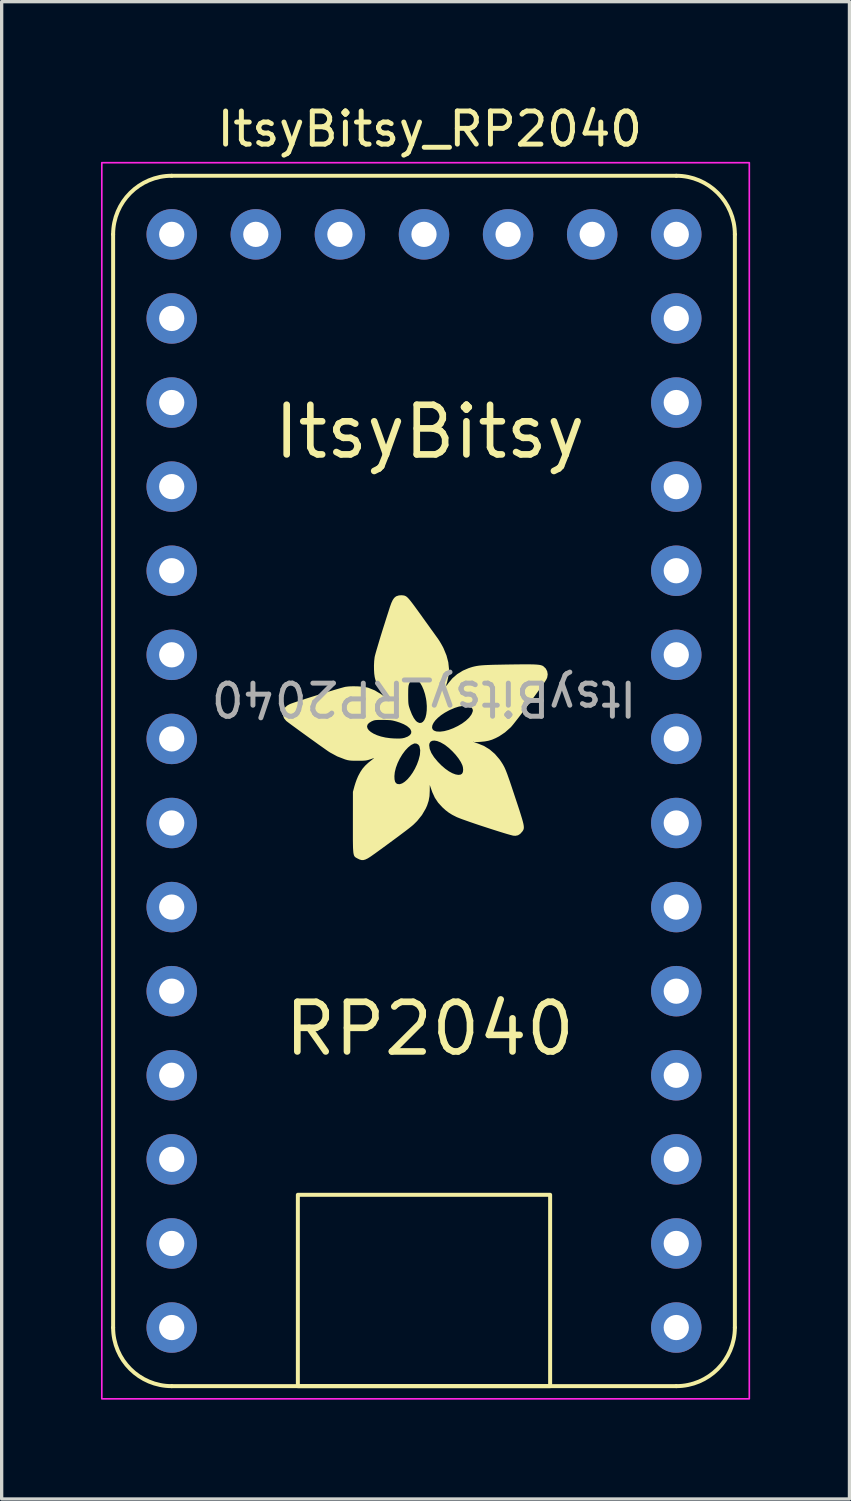
<source format=kicad_pcb>
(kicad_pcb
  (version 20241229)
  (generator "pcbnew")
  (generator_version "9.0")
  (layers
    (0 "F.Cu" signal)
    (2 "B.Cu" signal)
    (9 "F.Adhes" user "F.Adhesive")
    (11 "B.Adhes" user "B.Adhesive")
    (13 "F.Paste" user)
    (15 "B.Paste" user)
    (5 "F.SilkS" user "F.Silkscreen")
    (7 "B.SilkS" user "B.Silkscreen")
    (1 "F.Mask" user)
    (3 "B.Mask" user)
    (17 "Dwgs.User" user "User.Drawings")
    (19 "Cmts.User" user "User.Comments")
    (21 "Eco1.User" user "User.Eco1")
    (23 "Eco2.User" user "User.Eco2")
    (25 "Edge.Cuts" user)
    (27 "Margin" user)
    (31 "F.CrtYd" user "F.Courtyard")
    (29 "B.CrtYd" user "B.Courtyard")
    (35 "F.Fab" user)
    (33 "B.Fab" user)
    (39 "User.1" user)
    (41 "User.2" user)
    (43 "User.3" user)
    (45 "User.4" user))
  (footprint "ItsyBitsy_RP2040"
    (layer "F.Cu")
    (at 9.757 20.539)
    (property "Reference" "ItsyBitsy_RP2040" (at 0.174 -19.691 0) (unlocked yes) (layer "F.SilkS") (effects (font (size 1 1) (thickness 0.15))))
    (attr through_hole)
    (fp_line (start -9.39 16.51) (end -9.39 -16.51) (stroke (width 0.12) (type solid)) (layer "F.SilkS"))
    (fp_line (start 7.62 -18.28) (end -7.62 -18.28) (stroke (width 0.12) (type solid)) (layer "F.SilkS"))
    (fp_line (start 7.62 18.28) (end -7.62 18.28) (stroke (width 0.12) (type solid)) (layer "F.SilkS"))
    (fp_line (start 9.39 16.51) (end 9.39 -16.51) (stroke (width 0.12) (type solid)) (layer "F.SilkS"))
    (fp_rect (start 3.81 18.28) (end -3.81 12.5) (stroke (width 0.12) (type solid)) (fill no) (layer "F.SilkS"))
    (fp_arc (start -9.39 -16.51) (mid -8.871579 -17.761579) (end -7.62 -18.28) (stroke (width 0.12) (type solid)) (layer "F.SilkS"))
    (fp_arc (start -7.62 18.28) (mid -8.871579 17.761579) (end -9.39 16.51) (stroke (width 0.12) (type solid)) (layer "F.SilkS"))
    (fp_arc (start 7.62 -18.28) (mid 8.871579 -17.761579) (end 9.39 -16.51) (stroke (width 0.12) (type solid)) (layer "F.SilkS"))
    (fp_arc (start 9.39 16.51) (mid 8.871579 17.761579) (end 7.62 18.28) (stroke (width 0.12) (type solid)) (layer "F.SilkS"))
    (fp_poly (pts (xy -4.248 -2.128) (xy -4.205 -2.211) (xy -4.131 -2.278) (xy -4.053 -2.321) (xy -4.007 -2.339) (xy -3.934 -2.365) (xy -3.836 -2.398) (xy -3.718 -2.436) (xy -3.586 -2.479) (xy -3.442 -2.525) (xy -3.292 -2.572) (xy -3.139 -2.619) (xy -2.988 -2.665) (xy -2.844 -2.709) (xy -2.71 -2.749) (xy -2.591 -2.784) (xy -2.492 -2.812) (xy -2.416 -2.833) (xy -2.368 -2.844) (xy -2.362 -2.845) (xy -2.261 -2.856) (xy -2.143 -2.86) (xy -2.017 -2.858) (xy -1.894 -2.85) (xy -1.783 -2.837) (xy -1.695 -2.819) (xy -1.679 -2.814) (xy -1.485 -2.735) (xy -1.306 -2.627) (xy -1.287 -2.613) (xy -1.239 -2.578) (xy -1.215 -2.565) (xy -1.213 -2.571) (xy -1.221 -2.585) (xy -1.303 -2.706) (xy -1.366 -2.808) (xy -1.413 -2.901) (xy -1.449 -2.99) (xy -1.476 -3.085) (xy -1.489 -3.14) (xy -1.503 -3.239) (xy -1.51 -3.359) (xy -1.511 -3.49) (xy -1.505 -3.618) (xy -1.492 -3.732) (xy -1.489 -3.75) (xy -1.478 -3.796) (xy -1.458 -3.871) (xy -1.429 -3.972) (xy -1.392 -4.096) (xy -1.35 -4.238) (xy -1.302 -4.395) (xy -1.25 -4.563) (xy -1.194 -4.739) (xy -1.137 -4.92) (xy -1.079 -5.1) (xy -1.027 -5.263) (xy -0.985 -5.379) (xy -0.944 -5.466) (xy -0.902 -5.527) (xy -0.854 -5.568) (xy -0.829 -5.582) (xy -0.758 -5.604) (xy -0.676 -5.61) (xy -0.599 -5.601) (xy -0.56 -5.586) (xy -0.536 -5.572) (xy -0.511 -5.553) (xy -0.483 -5.526) (xy -0.449 -5.489) (xy -0.408 -5.439) (xy -0.356 -5.372) (xy -0.293 -5.288) (xy -0.216 -5.182) (xy -0.122 -5.053) (xy -0.042 -4.941) (xy 0.046 -4.818) (xy 0.133 -4.698) (xy 0.213 -4.585) (xy 0.286 -4.485) (xy 0.346 -4.401) (xy 0.392 -4.337) (xy 0.415 -4.306) (xy 0.465 -4.231) (xy 0.52 -4.139) (xy 0.572 -4.045) (xy 0.593 -4.002) (xy 0.68 -3.79) (xy 0.734 -3.585) (xy 0.755 -3.384) (xy 0.743 -3.186) (xy 0.699 -2.988) (xy 0.696 -2.978) (xy 0.679 -2.923) (xy 0.669 -2.883) (xy 0.668 -2.867) (xy 0.679 -2.878) (xy 0.705 -2.91) (xy 0.739 -2.958) (xy 0.739 -2.958) (xy 0.859 -3.102) (xy 1.005 -3.228) (xy 1.174 -3.332) (xy 1.34 -3.404) (xy 1.405 -3.426) (xy 1.466 -3.445) (xy 1.528 -3.46) (xy 1.593 -3.473) (xy 1.665 -3.484) (xy 1.748 -3.492) (xy 1.847 -3.499) (xy 1.964 -3.504) (xy 2.103 -3.509) (xy 2.269 -3.512) (xy 2.464 -3.516) (xy 2.535 -3.517) (xy 2.747 -3.52) (xy 2.928 -3.522) (xy 3.079 -3.522) (xy 3.205 -3.522) (xy 3.307 -3.52) (xy 3.389 -3.516) (xy 3.454 -3.51) (xy 3.505 -3.503) (xy 3.544 -3.493) (xy 3.575 -3.482) (xy 3.601 -3.468) (xy 3.605 -3.465) (xy 3.677 -3.397) (xy 3.721 -3.313) (xy 3.737 -3.22) (xy 3.722 -3.124) (xy 3.701 -3.076) (xy 3.675 -3.032) (xy 3.63 -2.965) (xy 3.569 -2.878) (xy 3.495 -2.774) (xy 3.411 -2.658) (xy 3.32 -2.532) (xy 3.223 -2.402) (xy 3.125 -2.27) (xy 3.028 -2.14) (xy 2.934 -2.016) (xy 2.847 -1.902) (xy 2.768 -1.801) (xy 2.702 -1.717) (xy 2.65 -1.654) (xy 2.616 -1.616) (xy 2.615 -1.616) (xy 2.446 -1.466) (xy 2.268 -1.347) (xy 2.165 -1.294) (xy 2.056 -1.247) (xy 1.951 -1.215) (xy 1.839 -1.194) (xy 1.706 -1.181) (xy 1.688 -1.18) (xy 1.505 -1.169) (xy 1.627 -1.132) (xy 1.812 -1.057) (xy 1.984 -0.951) (xy 2.141 -0.816) (xy 2.28 -0.654) (xy 2.323 -0.593) (xy 2.354 -0.545) (xy 2.382 -0.501) (xy 2.407 -0.455) (xy 2.433 -0.406) (xy 2.458 -0.35) (xy 2.485 -0.284) (xy 2.516 -0.204) (xy 2.55 -0.108) (xy 2.591 0.008) (xy 2.638 0.148) (xy 2.693 0.313) (xy 2.758 0.509) (xy 2.762 0.521) (xy 2.827 0.716) (xy 2.881 0.881) (xy 2.924 1.018) (xy 2.959 1.132) (xy 2.985 1.224) (xy 3.003 1.298) (xy 3.013 1.357) (xy 3.016 1.403) (xy 3.013 1.441) (xy 3.004 1.471) (xy 2.99 1.498) (xy 2.972 1.525) (xy 2.968 1.53) (xy 2.904 1.6) (xy 2.839 1.641) (xy 2.765 1.656) (xy 2.714 1.655) (xy 2.675 1.648) (xy 2.607 1.63) (xy 2.514 1.604) (xy 2.401 1.57) (xy 2.272 1.53) (xy 2.13 1.485) (xy 1.981 1.437) (xy 1.827 1.387) (xy 1.674 1.337) (xy 1.526 1.287) (xy 1.488 1.274) (xy 1.488 -1.175) (xy 1.496 -1.183) (xy 1.488 -1.192) (xy 1.479 -1.183) (xy 1.488 -1.175) (xy 1.488 1.274) (xy 1.386 1.239) (xy 1.259 1.194) (xy 1.149 1.155) (xy 1.06 1.121) (xy 1.036 1.111) (xy 1.036 -0.183) (xy 1.105 -0.191) (xy 1.148 -0.218) (xy 1.174 -0.266) (xy 1.183 -0.335) (xy 1.175 -0.417) (xy 1.158 -0.476) (xy 1.113 -0.571) (xy 1.044 -0.678) (xy 0.957 -0.789) (xy 0.857 -0.897) (xy 0.75 -0.997) (xy 0.642 -1.082) (xy 0.61 -1.103) (xy 0.499 -1.166) (xy 0.485 -1.171) (xy 0.485 -1.489) (xy 0.611 -1.505) (xy 0.746 -1.541) (xy 0.886 -1.594) (xy 1.023 -1.66) (xy 1.152 -1.736) (xy 1.266 -1.82) (xy 1.36 -1.909) (xy 1.428 -1.999) (xy 1.444 -2.03) (xy 1.47 -2.094) (xy 1.476 -2.14) (xy 1.463 -2.179) (xy 1.438 -2.213) (xy 1.411 -2.239) (xy 1.38 -2.255) (xy 1.334 -2.263) (xy 1.277 -2.267) (xy 1.166 -2.265) (xy 1.052 -2.246) (xy 0.928 -2.207) (xy 0.788 -2.147) (xy 0.757 -2.132) (xy 0.629 -2.062) (xy 0.516 -1.987) (xy 0.421 -1.909) (xy 0.344 -1.831) (xy 0.288 -1.754) (xy 0.254 -1.683) (xy 0.243 -1.619) (xy 0.257 -1.565) (xy 0.298 -1.523) (xy 0.367 -1.497) (xy 0.375 -1.495) (xy 0.485 -1.489) (xy 0.485 -1.171) (xy 0.399 -1.205) (xy 0.313 -1.22) (xy 0.243 -1.212) (xy 0.192 -1.181) (xy 0.163 -1.127) (xy 0.157 -1.077) (xy 0.173 -0.966) (xy 0.222 -0.845) (xy 0.304 -0.716) (xy 0.417 -0.58) (xy 0.529 -0.466) (xy 0.64 -0.371) (xy 0.749 -0.293) (xy 0.854 -0.235) (xy 0.951 -0.198) (xy 1.036 -0.183) (xy 1.036 1.111) (xy 0.995 1.095) (xy 0.979 1.087) (xy 0.853 1.023) (xy 0.749 0.958) (xy 0.652 0.884) (xy 0.553 0.794) (xy 0.427 0.656) (xy 0.328 0.508) (xy 0.25 0.339) (xy 0.233 0.29) (xy 0.174 0.121) (xy 0.174 0.295) (xy 0.166 0.458) (xy 0.14 0.602) (xy 0.094 0.742) (xy 0.052 0.835) (xy -0.062 1.03) (xy -0.207 1.21) (xy -0.319 1.321) (xy -0.372 1.366) (xy -0.451 1.429) (xy -0.556 1.51) (xy -0.688 1.609) (xy -0.734 1.644) (xy -0.734 0.098) (xy -0.66 0.074) (xy -0.581 0.024) (xy -0.5 -0.049) (xy -0.42 -0.142) (xy -0.344 -0.249) (xy -0.274 -0.369) (xy -0.213 -0.498) (xy -0.164 -0.631) (xy -0.129 -0.766) (xy -0.123 -0.796) (xy -0.114 -0.927) (xy -0.136 -1.042) (xy -0.141 -1.056) (xy -0.144 -1.06) (xy -0.144 -1.753) (xy -0.086 -1.754) (xy -0.034 -1.784) (xy 0.01 -1.839) (xy 0.045 -1.918) (xy 0.069 -2.017) (xy 0.083 -2.134) (xy 0.085 -2.265) (xy 0.073 -2.408) (xy 0.061 -2.487) (xy 0.03 -2.626) (xy -0.012 -2.754) (xy -0.061 -2.867) (xy -0.117 -2.961) (xy -0.175 -3.032) (xy -0.235 -3.075) (xy -0.287 -3.088) (xy -0.338 -3.08) (xy -0.38 -3.051) (xy -0.419 -2.995) (xy -0.442 -2.95) (xy -0.456 -2.916) (xy -0.466 -2.88) (xy -0.472 -2.836) (xy -0.476 -2.777) (xy -0.477 -2.696) (xy -0.478 -2.593) (xy -0.477 -2.487) (xy -0.475 -2.407) (xy -0.471 -2.346) (xy -0.464 -2.295) (xy -0.452 -2.245) (xy -0.434 -2.19) (xy -0.42 -2.149) (xy -0.366 -2.011) (xy -0.308 -1.9) (xy -0.248 -1.819) (xy -0.208 -1.783) (xy -0.144 -1.753) (xy -0.144 -1.06) (xy -0.176 -1.101) (xy -0.229 -1.129) (xy -0.287 -1.133) (xy -0.299 -1.13) (xy -0.389 -1.087) (xy -0.48 -1.013) (xy -0.57 -0.917) (xy -0.655 -0.802) (xy -0.732 -0.674) (xy -0.798 -0.538) (xy -0.805 -0.518) (xy -0.805 -1.281) (xy -0.725 -1.282) (xy -0.662 -1.287) (xy -0.608 -1.298) (xy -0.587 -1.303) (xy -0.49 -1.341) (xy -0.423 -1.388) (xy -0.387 -1.443) (xy -0.385 -1.503) (xy -0.415 -1.567) (xy -0.444 -1.6) (xy -0.516 -1.66) (xy -0.61 -1.713) (xy -0.729 -1.762) (xy -0.83 -1.795) (xy -0.897 -1.814) (xy -0.956 -1.827) (xy -1.018 -1.836) (xy -1.091 -1.84) (xy -1.186 -1.843) (xy -1.235 -1.843) (xy -1.335 -1.843) (xy -1.408 -1.842) (xy -1.461 -1.838) (xy -1.503 -1.831) (xy -1.539 -1.819) (xy -1.579 -1.801) (xy -1.587 -1.798) (xy -1.663 -1.751) (xy -1.706 -1.7) (xy -1.72 -1.646) (xy -1.707 -1.59) (xy -1.668 -1.533) (xy -1.605 -1.479) (xy -1.522 -1.428) (xy -1.42 -1.382) (xy -1.301 -1.343) (xy -1.167 -1.312) (xy -1.022 -1.292) (xy -0.912 -1.284) (xy -0.805 -1.281) (xy -0.805 -0.518) (xy -0.849 -0.4) (xy -0.882 -0.266) (xy -0.894 -0.147) (xy -0.89 -0.048) (xy -0.874 0.022) (xy -0.844 0.067) (xy -0.801 0.092) (xy -0.734 0.098) (xy -0.734 1.644) (xy -0.846 1.727) (xy -1.033 1.865) (xy -1.246 2.021) (xy -1.488 2.197) (xy -1.5 2.205) (xy -1.609 2.282) (xy -1.697 2.338) (xy -1.77 2.373) (xy -1.832 2.39) (xy -1.888 2.389) (xy -1.945 2.373) (xy -1.999 2.347) (xy -2.031 2.33) (xy -2.057 2.315) (xy -2.08 2.299) (xy -2.098 2.279) (xy -2.113 2.252) (xy -2.124 2.215) (xy -2.133 2.166) (xy -2.139 2.101) (xy -2.144 2.018) (xy -2.146 1.915) (xy -2.148 1.787) (xy -2.148 1.633) (xy -2.148 1.449) (xy -2.148 1.261) (xy -2.147 0.33) (xy -2.1 0.156) (xy -2.071 0.062) (xy -2.035 -0.039) (xy -1.997 -0.129) (xy -1.984 -0.157) (xy -1.921 -0.273) (xy -1.855 -0.372) (xy -1.777 -0.462) (xy -1.683 -0.55) (xy -1.565 -0.644) (xy -1.538 -0.664) (xy -1.515 -0.681) (xy -1.511 -0.689) (xy -1.53 -0.685) (xy -1.575 -0.67) (xy -1.618 -0.655) (xy -1.674 -0.637) (xy -1.724 -0.624) (xy -1.776 -0.616) (xy -1.84 -0.612) (xy -1.924 -0.61) (xy -2 -0.61) (xy -2.107 -0.61) (xy -2.188 -0.613) (xy -2.252 -0.619) (xy -2.308 -0.629) (xy -2.365 -0.645) (xy -2.383 -0.65) (xy -2.621 -0.742) (xy -2.84 -0.861) (xy -2.901 -0.901) (xy -2.981 -0.957) (xy -3.077 -1.025) (xy -3.185 -1.101) (xy -3.301 -1.185) (xy -3.423 -1.272) (xy -3.546 -1.361) (xy -3.668 -1.449) (xy -3.784 -1.533) (xy -3.89 -1.611) (xy -3.985 -1.68) (xy -4.063 -1.738) (xy -4.121 -1.782) (xy -4.156 -1.809) (xy -4.164 -1.816) (xy -4.226 -1.891) (xy -4.257 -1.973) (xy -4.262 -2.027)) (stroke (width 0) (type solid)) (fill yes) (layer "F.SilkS"))
    (fp_rect (start -9.732 -18.675) (end 9.826 18.663) (stroke (width 0.05) (type solid)) (fill no) (layer "F.CrtYd"))
    (fp_text user "ItsyBitsy" (at 0.174 -10.547 0) (unlocked yes) (layer "F.SilkS") (effects (font (size 1.5 1.5) (thickness 0.2))))
    (fp_text user "RP2040" (at 0.174 7.487 0) (unlocked yes) (layer "F.SilkS") (effects (font (size 1.5 1.5) (thickness 0.2))))
    (fp_text user "${REFERENCE}" (at 0 -2.5 180) (unlocked yes) (layer "F.Fab") (effects (font (size 1 1) (thickness 0.15))))
    (pad "1" thru_hole circle (at 7.62 16.51 180) (size 1.524 1.524) (drill 0.762) (layers "*.Cu" "*.Mask"))
    (pad "2" thru_hole circle (at 7.62 13.97 180) (size 1.524 1.524) (drill 0.762) (layers "*.Cu" "*.Mask"))
    (pad "3" thru_hole circle (at 7.62 11.43 180) (size 1.524 1.524) (drill 0.762) (layers "*.Cu" "*.Mask"))
    (pad "4" thru_hole circle (at 7.62 8.89 180) (size 1.524 1.524) (drill 0.762) (layers "*.Cu" "*.Mask"))
    (pad "5" thru_hole circle (at 7.62 6.35 180) (size 1.524 1.524) (drill 0.762) (layers "*.Cu" "*.Mask"))
    (pad "6" thru_hole circle (at 7.62 3.81 180) (size 1.524 1.524) (drill 0.762) (layers "*.Cu" "*.Mask"))
    (pad "7" thru_hole circle (at 7.62 1.27 180) (size 1.524 1.524) (drill 0.762) (layers "*.Cu" "*.Mask"))
    (pad "8" thru_hole circle (at 7.62 -1.27 180) (size 1.524 1.524) (drill 0.762) (layers "*.Cu" "*.Mask"))
    (pad "9" thru_hole circle (at 7.62 -3.81 180) (size 1.524 1.524) (drill 0.762) (layers "*.Cu" "*.Mask"))
    (pad "10" thru_hole circle (at 7.62 -6.35 180) (size 1.524 1.524) (drill 0.762) (layers "*.Cu" "*.Mask"))
    (pad "11" thru_hole circle (at 7.62 -8.89 180) (size 1.524 1.524) (drill 0.762) (layers "*.Cu" "*.Mask"))
    (pad "12" thru_hole circle (at 7.62 -11.43 180) (size 1.524 1.524) (drill 0.762) (layers "*.Cu" "*.Mask"))
    (pad "13" thru_hole circle (at 7.62 -13.97 180) (size 1.524 1.524) (drill 0.762) (layers "*.Cu" "*.Mask"))
    (pad "14" thru_hole circle (at 7.62 -16.51 180) (size 1.524 1.524) (drill 0.762) (layers "*.Cu" "*.Mask"))
    (pad "15" thru_hole circle (at 5.08 -16.51 180) (size 1.524 1.524) (drill 0.762) (layers "*.Cu" "*.Mask"))
    (pad "16" thru_hole circle (at 2.54 -16.51 180) (size 1.524 1.524) (drill 0.762) (layers "*.Cu" "*.Mask"))
    (pad "17" thru_hole circle (at 0 -16.51 180) (size 1.524 1.524) (drill 0.762) (layers "*.Cu" "*.Mask"))
    (pad "18" thru_hole circle (at -2.54 -16.51 180) (size 1.524 1.524) (drill 0.762) (layers "*.Cu" "*.Mask"))
    (pad "19" thru_hole circle (at -5.08 -16.51 180) (size 1.524 1.524) (drill 0.762) (layers "*.Cu" "*.Mask"))
    (pad "20" thru_hole circle (at -7.62 -16.51 180) (size 1.524 1.524) (drill 0.762) (layers "*.Cu" "*.Mask"))
    (pad "21" thru_hole circle (at -7.62 -13.97 180) (size 1.524 1.524) (drill 0.762) (layers "*.Cu" "*.Mask"))
    (pad "22" thru_hole circle (at -7.62 -11.43 180) (size 1.524 1.524) (drill 0.762) (layers "*.Cu" "*.Mask"))
    (pad "23" thru_hole circle (at -7.62 -8.89 180) (size 1.524 1.524) (drill 0.762) (layers "*.Cu" "*.Mask"))
    (pad "24" thru_hole circle (at -7.62 -6.35 180) (size 1.524 1.524) (drill 0.762) (layers "*.Cu" "*.Mask"))
    (pad "25" thru_hole circle (at -7.62 -3.81 180) (size 1.524 1.524) (drill 0.762) (layers "*.Cu" "*.Mask"))
    (pad "26" thru_hole circle (at -7.62 -1.27 180) (size 1.524 1.524) (drill 0.762) (layers "*.Cu" "*.Mask"))
    (pad "27" thru_hole circle (at -7.62 1.27 180) (size 1.524 1.524) (drill 0.762) (layers "*.Cu" "*.Mask"))
    (pad "28" thru_hole circle (at -7.62 3.81 180) (size 1.524 1.524) (drill 0.762) (layers "*.Cu" "*.Mask"))
    (pad "29" thru_hole circle (at -7.62 6.35 180) (size 1.524 1.524) (drill 0.762) (layers "*.Cu" "*.Mask"))
    (pad "30" thru_hole circle (at -7.62 8.89 180) (size 1.524 1.524) (drill 0.762) (layers "*.Cu" "*.Mask"))
    (pad "31" thru_hole circle (at -7.62 11.43 180) (size 1.524 1.524) (drill 0.762) (layers "*.Cu" "*.Mask"))
    (pad "32" thru_hole circle (at -7.62 13.97 180) (size 1.524 1.524) (drill 0.762) (layers "*.Cu" "*.Mask"))
    (pad "33" thru_hole circle (at -7.62 16.51 180) (size 1.524 1.524) (drill 0.762) (layers "*.Cu" "*.Mask")))
  (gr_rect
    (start -3 -3)
    (end 22.608 42.227)
    (stroke (width 0.1) (type default))
    (fill no)
    (layer "Edge.Cuts")))
</source>
